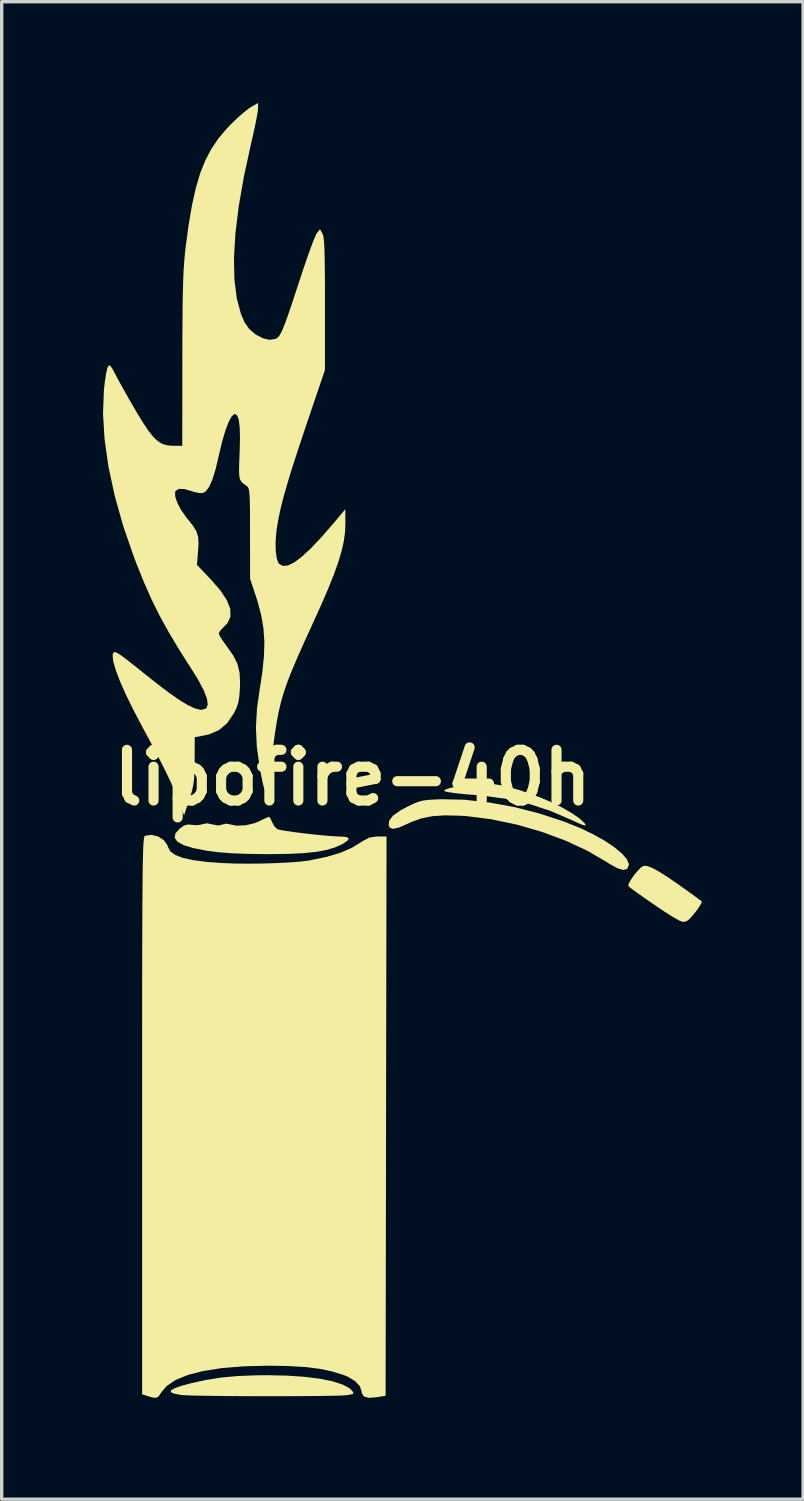
<source format=kicad_pcb>
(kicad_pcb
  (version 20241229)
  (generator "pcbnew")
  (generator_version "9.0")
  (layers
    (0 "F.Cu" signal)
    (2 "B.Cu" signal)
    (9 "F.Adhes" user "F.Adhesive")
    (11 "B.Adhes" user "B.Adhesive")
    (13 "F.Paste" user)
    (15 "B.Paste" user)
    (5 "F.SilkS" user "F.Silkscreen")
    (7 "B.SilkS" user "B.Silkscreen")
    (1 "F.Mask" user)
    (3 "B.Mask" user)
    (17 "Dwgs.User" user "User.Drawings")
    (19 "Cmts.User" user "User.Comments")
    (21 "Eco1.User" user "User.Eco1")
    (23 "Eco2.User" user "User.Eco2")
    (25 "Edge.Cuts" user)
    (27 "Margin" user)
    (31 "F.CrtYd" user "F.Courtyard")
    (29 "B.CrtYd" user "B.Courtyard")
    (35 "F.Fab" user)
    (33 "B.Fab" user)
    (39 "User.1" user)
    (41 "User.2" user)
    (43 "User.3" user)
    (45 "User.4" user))
  (footprint "lipofire-40h"
    (layer "F.Cu")
    (at 7.388 19.968)
    (property "Reference" "lipofire-40h" (at 0 0 0) (layer "F.SilkS") (effects (font (size 1.5 1.5) (thickness 0.3))))
    (attr board_only exclude_from_pos_files exclude_from_bom)
    (fp_poly (pts (xy 4.088 0.179) (xy 4.491 0.246) (xy 4.965 0.377) (xy 5.515 0.573) (xy 5.587 0.601) (xy 5.906 0.739) (xy 6.215 0.894) (xy 6.491 1.054) (xy 6.712 1.206) (xy 6.857 1.337) (xy 6.86 1.341) (xy 6.9 1.402) (xy 6.876 1.419) (xy 6.78 1.39) (xy 6.603 1.313) (xy 6.495 1.262) (xy 5.857 0.987) (xy 5.224 0.779) (xy 4.566 0.631) (xy 3.851 0.535) (xy 3.569 0.511) (xy 3.254 0.484) (xy 2.999 0.456) (xy 2.816 0.428) (xy 2.72 0.402) (xy 2.709 0.392) (xy 2.748 0.354) (xy 2.873 0.311) (xy 3.067 0.267) (xy 3.311 0.225) (xy 3.587 0.19) (xy 3.75 0.174)) (stroke (width 0) (type solid)) (fill yes) (layer "F.SilkS"))
    (fp_poly (pts (xy 8.707 2.614) (xy 8.852 2.665) (xy 9.053 2.773) (xy 9.318 2.939) (xy 9.653 3.169) (xy 9.761 3.246) (xy 9.97 3.396) (xy 10.146 3.523) (xy 10.273 3.617) (xy 10.333 3.662) (xy 10.335 3.664) (xy 10.323 3.719) (xy 10.26 3.826) (xy 10.166 3.958) (xy 10.06 4.09) (xy 9.963 4.195) (xy 9.896 4.245) (xy 9.826 4.268) (xy 9.762 4.268) (xy 9.677 4.235) (xy 9.545 4.162) (xy 9.423 4.089) (xy 9.274 3.995) (xy 9.077 3.864) (xy 8.854 3.713) (xy 8.628 3.556) (xy 8.422 3.41) (xy 8.26 3.291) (xy 8.165 3.216) (xy 8.167 3.155) (xy 8.224 3.044) (xy 8.316 2.909) (xy 8.424 2.774) (xy 8.528 2.667) (xy 8.61 2.613)) (stroke (width 0) (type solid)) (fill yes) (layer "F.SilkS"))
    (fp_poly (pts (xy -1.939 17.703) (xy -1.425 17.738) (xy -0.974 17.794) (xy -0.596 17.871) (xy -0.3 17.965) (xy -0.095 18.075) (xy -0.033 18.132) (xy 0.023 18.202) (xy 0.018 18.24) (xy -0.065 18.264) (xy -0.165 18.28) (xy -0.275 18.289) (xy -0.475 18.296) (xy -0.754 18.302) (xy -1.096 18.306) (xy -1.488 18.309) (xy -1.916 18.311) (xy -2.365 18.312) (xy -2.823 18.312) (xy -3.274 18.31) (xy -3.706 18.307) (xy -4.104 18.303) (xy -4.453 18.298) (xy -4.741 18.292) (xy -4.953 18.284) (xy -5.076 18.276) (xy -5.08 18.275) (xy -5.28 18.237) (xy -5.38 18.192) (xy -5.378 18.14) (xy -5.275 18.078) (xy -5.068 18.005) (xy -4.802 17.933) (xy -4.35 17.832) (xy -3.893 17.761) (xy -3.405 17.715) (xy -2.857 17.694) (xy -2.508 17.691)) (stroke (width 0) (type solid)) (fill yes) (layer "F.SilkS"))
    (fp_poly (pts (xy 3.313 0.656) (xy 4.031 0.735) (xy 4.777 0.871) (xy 5.524 1.061) (xy 6.246 1.297) (xy 6.751 1.5) (xy 7.129 1.682) (xy 7.466 1.872) (xy 7.75 2.063) (xy 7.97 2.246) (xy 8.116 2.413) (xy 8.177 2.557) (xy 8.176 2.596) (xy 8.125 2.705) (xy 8.014 2.735) (xy 7.839 2.684) (xy 7.6 2.552) (xy 7.525 2.503) (xy 6.952 2.167) (xy 6.301 1.865) (xy 5.594 1.604) (xy 4.857 1.391) (xy 4.112 1.235) (xy 3.383 1.142) (xy 3.168 1.128) (xy 2.725 1.118) (xy 2.357 1.143) (xy 2.037 1.207) (xy 1.739 1.314) (xy 1.603 1.378) (xy 1.364 1.482) (xy 1.198 1.517) (xy 1.099 1.481) (xy 1.066 1.409) (xy 1.085 1.269) (xy 1.199 1.125) (xy 1.412 0.974) (xy 1.62 0.861) (xy 1.801 0.775) (xy 1.946 0.716) (xy 2.085 0.68) (xy 2.251 0.659) (xy 2.472 0.647) (xy 2.649 0.641)) (stroke (width 0) (type solid)) (fill yes) (layer "F.SilkS"))
    (fp_poly (pts (xy -2.434 1.206) (xy -2.387 1.312) (xy -2.386 1.316) (xy -2.314 1.445) (xy -2.229 1.526) (xy -2.143 1.549) (xy -1.975 1.579) (xy -1.745 1.612) (xy -1.477 1.646) (xy -1.192 1.679) (xy -0.912 1.708) (xy -0.66 1.729) (xy -0.458 1.742) (xy -0.384 1.743) (xy -0.199 1.756) (xy -0.116 1.792) (xy -0.135 1.853) (xy -0.257 1.941) (xy -0.317 1.975) (xy -0.526 2.069) (xy -0.774 2.143) (xy -1.076 2.198) (xy -1.442 2.236) (xy -1.884 2.258) (xy -2.416 2.265) (xy -2.614 2.265) (xy -3.15 2.257) (xy -3.6 2.239) (xy -3.981 2.209) (xy -4.312 2.166) (xy -4.314 2.166) (xy -4.708 2.089) (xy -4.998 2) (xy -5.184 1.899) (xy -5.267 1.784) (xy -5.246 1.656) (xy -5.123 1.514) (xy -5.117 1.509) (xy -4.985 1.416) (xy -4.864 1.388) (xy -4.749 1.4) (xy -4.59 1.409) (xy -4.461 1.386) (xy -4.448 1.379) (xy -4.313 1.353) (xy -4.149 1.386) (xy -3.974 1.419) (xy -3.864 1.391) (xy -3.742 1.363) (xy -3.67 1.377) (xy -3.441 1.423) (xy -3.17 1.412) (xy -2.899 1.349) (xy -2.768 1.294) (xy -2.619 1.221) (xy -2.51 1.173) (xy -2.474 1.162)) (stroke (width 0) (type solid)) (fill yes) (layer "F.SilkS"))
    (fp_poly (pts (xy -5.757 1.743) (xy -5.589 1.851) (xy -5.482 2.002) (xy -5.468 2.048) (xy -5.401 2.179) (xy -5.258 2.287) (xy -5.033 2.375) (xy -4.72 2.444) (xy -4.315 2.496) (xy -3.851 2.531) (xy -3.494 2.544) (xy -3.092 2.548) (xy -2.67 2.544) (xy -2.253 2.531) (xy -1.867 2.511) (xy -1.535 2.485) (xy -1.283 2.453) (xy -1.278 2.452) (xy -0.782 2.35) (xy -0.369 2.228) (xy -0.02 2.077) (xy 0.288 1.889) (xy 0.311 1.873) (xy 0.494 1.776) (xy 0.71 1.743) (xy 0.747 1.743) (xy 1.004 1.743) (xy 0.99 10.02) (xy 0.977 18.298) (xy 0.701 18.344) (xy 0.474 18.361) (xy 0.331 18.318) (xy 0.268 18.213) (xy 0.264 18.166) (xy 0.215 18.017) (xy 0.078 17.87) (xy -0.129 17.742) (xy -0.243 17.693) (xy -0.584 17.585) (xy -0.962 17.504) (xy -1.392 17.449) (xy -1.893 17.419) (xy -2.48 17.409) (xy -2.508 17.409) (xy -3.233 17.428) (xy -3.872 17.48) (xy -4.421 17.566) (xy -4.878 17.683) (xy -5.241 17.832) (xy -5.507 18.012) (xy -5.658 18.192) (xy -5.735 18.309) (xy -5.81 18.359) (xy -5.917 18.352) (xy -6.06 18.311) (xy -6.231 18.256) (xy -6.231 10.005) (xy -6.231 8.907) (xy -6.231 7.91) (xy -6.23 7.009) (xy -6.23 6.199) (xy -6.229 5.476) (xy -6.227 4.834) (xy -6.225 4.269) (xy -6.223 3.776) (xy -6.22 3.35) (xy -6.217 2.987) (xy -6.213 2.68) (xy -6.208 2.427) (xy -6.203 2.222) (xy -6.197 2.059) (xy -6.19 1.935) (xy -6.182 1.845) (xy -6.174 1.783) (xy -6.164 1.745) (xy -6.153 1.726) (xy -6.148 1.722) (xy -5.954 1.695)) (stroke (width 0) (type solid)) (fill yes) (layer "F.SilkS"))
    (fp_poly (pts (xy -2.799 -19.804) (xy -2.811 -19.7) (xy -2.844 -19.513) (xy -2.894 -19.266) (xy -2.957 -18.979) (xy -3.008 -18.758) (xy -3.217 -17.795) (xy -3.371 -16.911) (xy -3.469 -16.107) (xy -3.512 -15.384) (xy -3.499 -14.745) (xy -3.43 -14.191) (xy -3.305 -13.724) (xy -3.193 -13.466) (xy -3.055 -13.273) (xy -2.869 -13.116) (xy -2.661 -13.007) (xy -2.457 -12.959) (xy -2.282 -12.985) (xy -2.265 -12.993) (xy -2.217 -13.027) (xy -2.17 -13.081) (xy -2.12 -13.166) (xy -2.061 -13.293) (xy -1.991 -13.471) (xy -1.905 -13.712) (xy -1.798 -14.026) (xy -1.667 -14.424) (xy -1.562 -14.745) (xy -1.445 -15.096) (xy -1.334 -15.419) (xy -1.234 -15.698) (xy -1.15 -15.918) (xy -1.088 -16.064) (xy -1.06 -16.115) (xy -0.965 -16.232) (xy -0.892 -16.103) (xy -0.872 -16.049) (xy -0.856 -15.958) (xy -0.843 -15.819) (xy -0.834 -15.624) (xy -0.827 -15.362) (xy -0.822 -15.025) (xy -0.819 -14.602) (xy -0.819 -14.085) (xy -0.819 -14.02) (xy -0.819 -12.066) (xy -1.383 -10.403) (xy -1.594 -9.771) (xy -1.771 -9.226) (xy -1.916 -8.756) (xy -2.032 -8.352) (xy -2.122 -8.001) (xy -2.19 -7.692) (xy -2.238 -7.414) (xy -2.261 -7.243) (xy -2.281 -6.959) (xy -2.275 -6.699) (xy -2.245 -6.487) (xy -2.194 -6.349) (xy -2.177 -6.328) (xy -2.064 -6.266) (xy -1.917 -6.278) (xy -1.733 -6.366) (xy -1.509 -6.533) (xy -1.241 -6.781) (xy -0.926 -7.113) (xy -0.561 -7.532) (xy -0.412 -7.711) (xy -0.216 -7.947) (xy -0.214 -7.524) (xy -0.224 -7.271) (xy -0.259 -7.006) (xy -0.323 -6.716) (xy -0.42 -6.39) (xy -0.553 -6.017) (xy -0.726 -5.584) (xy -0.944 -5.082) (xy -1.189 -4.541) (xy -1.43 -4.014) (xy -1.629 -3.566) (xy -1.794 -3.181) (xy -1.927 -2.841) (xy -2.034 -2.531) (xy -2.12 -2.236) (xy -2.191 -1.937) (xy -2.251 -1.619) (xy -2.305 -1.267) (xy -2.358 -0.862) (xy -2.379 -0.688) (xy -2.431 -0.273) (xy -2.475 0.04) (xy -2.513 0.253) (xy -2.548 0.369) (xy -2.582 0.391) (xy -2.619 0.321) (xy -2.66 0.161) (xy -2.71 -0.084) (xy -2.752 -0.317) (xy -2.837 -0.926) (xy -2.862 -1.493) (xy -2.829 -2.065) (xy -2.758 -2.561) (xy -2.673 -3.118) (xy -2.624 -3.598) (xy -2.612 -4.024) (xy -2.639 -4.418) (xy -2.705 -4.804) (xy -2.81 -5.203) (xy -2.867 -5.38) (xy -3.036 -5.888) (xy -3.037 -7.226) (xy -3.038 -7.637) (xy -3.039 -7.955) (xy -3.044 -8.193) (xy -3.051 -8.364) (xy -3.063 -8.48) (xy -3.08 -8.555) (xy -3.103 -8.6) (xy -3.133 -8.63) (xy -3.143 -8.637) (xy -3.231 -8.7) (xy -3.293 -8.758) (xy -3.334 -8.83) (xy -3.355 -8.934) (xy -3.362 -9.089) (xy -3.357 -9.312) (xy -3.345 -9.621) (xy -3.344 -9.634) (xy -3.334 -10.053) (xy -3.343 -10.372) (xy -3.37 -10.594) (xy -3.418 -10.723) (xy -3.486 -10.763) (xy -3.506 -10.759) (xy -3.585 -10.686) (xy -3.673 -10.52) (xy -3.767 -10.27) (xy -3.862 -9.947) (xy -3.954 -9.561) (xy -3.959 -9.538) (xy -4.055 -9.132) (xy -4.15 -8.824) (xy -4.246 -8.607) (xy -4.346 -8.475) (xy -4.43 -8.425) (xy -4.535 -8.423) (xy -4.688 -8.455) (xy -4.75 -8.475) (xy -4.988 -8.542) (xy -5.148 -8.546) (xy -5.238 -8.486) (xy -5.254 -8.45) (xy -5.251 -8.316) (xy -5.187 -8.13) (xy -5.073 -7.916) (xy -4.92 -7.699) (xy -4.889 -7.661) (xy -4.724 -7.454) (xy -4.622 -7.286) (xy -4.572 -7.122) (xy -4.561 -6.928) (xy -4.574 -6.713) (xy -4.608 -6.298) (xy -4.206 -5.876) (xy -3.915 -5.542) (xy -3.72 -5.247) (xy -3.621 -4.989) (xy -3.615 -4.765) (xy -3.704 -4.573) (xy -3.804 -4.469) (xy -3.905 -4.366) (xy -3.958 -4.278) (xy -3.96 -4.264) (xy -3.93 -4.188) (xy -3.849 -4.058) (xy -3.735 -3.9) (xy -3.727 -3.889) (xy -3.532 -3.613) (xy -3.409 -3.365) (xy -3.346 -3.105) (xy -3.331 -2.798) (xy -3.336 -2.655) (xy -3.354 -2.402) (xy -3.385 -2.215) (xy -3.439 -2.056) (xy -3.514 -1.905) (xy -3.716 -1.609) (xy -3.956 -1.405) (xy -4.249 -1.28) (xy -4.362 -1.254) (xy -4.673 -1.195) (xy -4.676 -0.505) (xy -4.68 -0.204) (xy -4.691 0.023) (xy -4.714 0.209) (xy -4.752 0.384) (xy -4.811 0.58) (xy -4.835 0.651) (xy -4.99 1.118) (xy -5.143 0.704) (xy -5.249 0.435) (xy -5.386 0.127) (xy -5.558 -0.23) (xy -5.77 -0.648) (xy -6.029 -1.138) (xy -6.214 -1.481) (xy -6.482 -1.989) (xy -6.706 -2.444) (xy -6.882 -2.841) (xy -7.009 -3.173) (xy -7.084 -3.433) (xy -7.104 -3.615) (xy -7.093 -3.676) (xy -7.071 -3.708) (xy -7.032 -3.715) (xy -6.964 -3.688) (xy -6.859 -3.62) (xy -6.704 -3.506) (xy -6.49 -3.339) (xy -6.206 -3.111) (xy -6.186 -3.095) (xy -5.765 -2.761) (xy -5.412 -2.494) (xy -5.119 -2.291) (xy -4.879 -2.146) (xy -4.685 -2.055) (xy -4.528 -2.012) (xy -4.463 -2.007) (xy -4.338 -2.044) (xy -4.288 -2.154) (xy -4.312 -2.335) (xy -4.408 -2.586) (xy -4.577 -2.904) (xy -4.76 -3.198) (xy -5.128 -3.776) (xy -5.44 -4.298) (xy -5.711 -4.789) (xy -5.952 -5.275) (xy -6.176 -5.78) (xy -6.397 -6.329) (xy -6.473 -6.528) (xy -6.79 -7.445) (xy -7.041 -8.337) (xy -7.226 -9.195) (xy -7.342 -10.008) (xy -7.388 -10.769) (xy -7.363 -11.466) (xy -7.336 -11.706) (xy -7.296 -11.967) (xy -7.259 -12.13) (xy -7.218 -12.201) (xy -7.169 -12.186) (xy -7.104 -12.091) (xy -7.056 -11.999) (xy -6.971 -11.838) (xy -6.851 -11.618) (xy -6.715 -11.374) (xy -6.622 -11.211) (xy -6.39 -10.81) (xy -6.196 -10.493) (xy -6.033 -10.251) (xy -5.89 -10.074) (xy -5.758 -9.953) (xy -5.629 -9.876) (xy -5.494 -9.836) (xy -5.342 -9.823) (xy -5.301 -9.822) (xy -5.043 -9.822) (xy -5.04 -12.37) (xy -5.039 -12.999) (xy -5.036 -13.534) (xy -5.032 -13.987) (xy -5.025 -14.37) (xy -5.016 -14.693) (xy -5.005 -14.97) (xy -4.99 -15.212) (xy -4.972 -15.43) (xy -4.95 -15.636) (xy -4.945 -15.684) (xy -4.854 -16.361) (xy -4.754 -16.946) (xy -4.642 -17.451) (xy -4.513 -17.888) (xy -4.361 -18.269) (xy -4.183 -18.608) (xy -3.974 -18.917) (xy -3.728 -19.209) (xy -3.609 -19.334) (xy -3.42 -19.515) (xy -3.234 -19.68) (xy -3.077 -19.804) (xy -3.005 -19.852) (xy -2.799 -19.968)) (stroke (width 0) (type solid)) (fill yes) (layer "F.SilkS")))
  (gr_rect
    (start -3 -3)
    (end 20.724 41.329)
    (stroke (width 0.1) (type default))
    (fill no)
    (layer "Edge.Cuts")))
</source>
